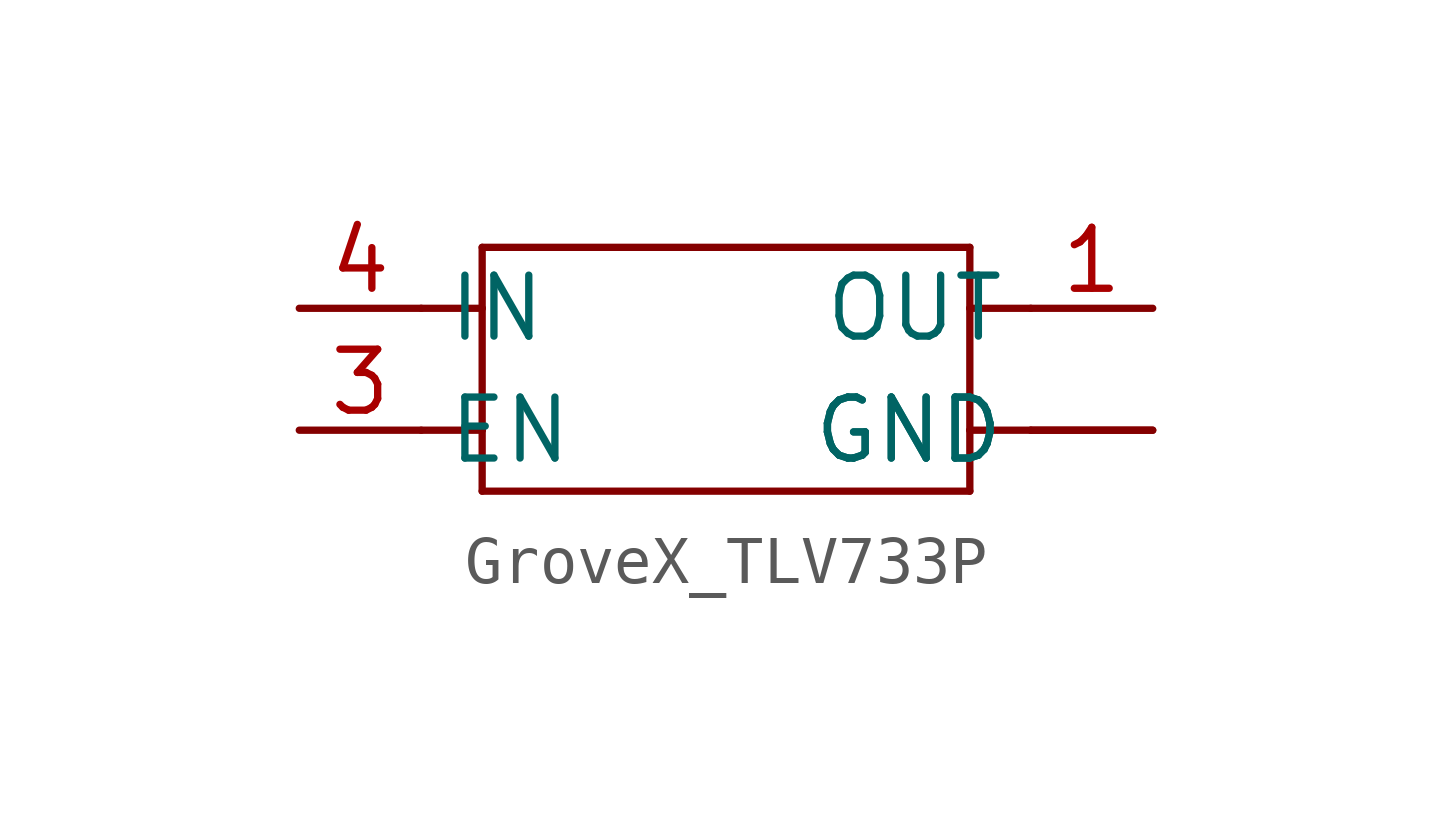
<source format=kicad_sym>
(kicad_symbol_lib
  (version 20231120)
  (generator "kicad_symbol_editor")
  (generator_version "8.0")
  (symbol "GroveX_TLV733P"
    (property "Reference" "U"
      (at -5.08 2.54 0)
      (effects (font (size 1.27 1.079)) (justify left bottom) (hide yes)))
    (property "ki_locked" ""
      (at 0 0 0)
      (effects (font (size 1.27 1.27))))
    (symbol "GroveX_TLV733P_1_0"
      (polyline (pts (xy -6.35 -1.27) (xy -5.08 -1.27)) (stroke (width 0.152) (type solid)) (fill (type none)))
      (polyline (pts (xy -6.35 1.27) (xy -5.08 1.27)) (stroke (width 0.152) (type solid)) (fill (type none)))
      (polyline (pts (xy -5.08 -2.54) (xy -5.08 -1.27)) (stroke (width 0.152) (type solid)) (fill (type none)))
      (polyline (pts (xy -5.08 -1.27) (xy -5.08 1.27)) (stroke (width 0.152) (type solid)) (fill (type none)))
      (polyline (pts (xy -5.08 1.27) (xy -5.08 2.54)) (stroke (width 0.152) (type solid)) (fill (type none)))
      (polyline (pts (xy -5.08 2.54) (xy 5.08 2.54)) (stroke (width 0.152) (type solid)) (fill (type none)))
      (polyline (pts (xy 5.08 -2.54) (xy -5.08 -2.54)) (stroke (width 0.152) (type solid)) (fill (type none)))
      (polyline (pts (xy 5.08 -1.27) (xy 5.08 -2.54)) (stroke (width 0.152) (type solid)) (fill (type none)))
      (polyline (pts (xy 5.08 1.27) (xy 5.08 -1.27)) (stroke (width 0.152) (type solid)) (fill (type none)))
      (polyline (pts (xy 5.08 2.54) (xy 5.08 1.27)) (stroke (width 0.152) (type solid)) (fill (type none)))
      (polyline (pts (xy 6.35 -1.27) (xy 5.08 -1.27)) (stroke (width 0.152) (type solid)) (fill (type none)))
      (polyline (pts (xy 6.35 1.27) (xy 5.08 1.27)) (stroke (width 0.152) (type solid)) (fill (type none)))
      (pin bidirectional line (at 8.89 1.27 180) (length 2.54) (name "OUT" (effects (font (size 1.27 1.27)))) (number "1" (effects (font (size 1.27 1.27)))))
      (pin bidirectional line (at 8.89 -1.27 180) (length 2.54) (name "GND" (effects (font (size 1.27 1.27)))) (number "2" (effects (font (size 0 0)))))
      (pin bidirectional line (at -8.89 -1.27 0) (length 2.54) (name "EN" (effects (font (size 1.27 1.27)))) (number "3" (effects (font (size 1.27 1.27)))))
      (pin bidirectional line (at -8.89 1.27 0) (length 2.54) (name "IN" (effects (font (size 1.27 1.27)))) (number "4" (effects (font (size 1.27 1.27)))))
      (pin bidirectional line (at 8.89 -1.27 180) (length 2.54) (name "GND" (effects (font (size 1.27 1.27)))) (number "T" (effects (font (size 0 0))))))))
</source>
